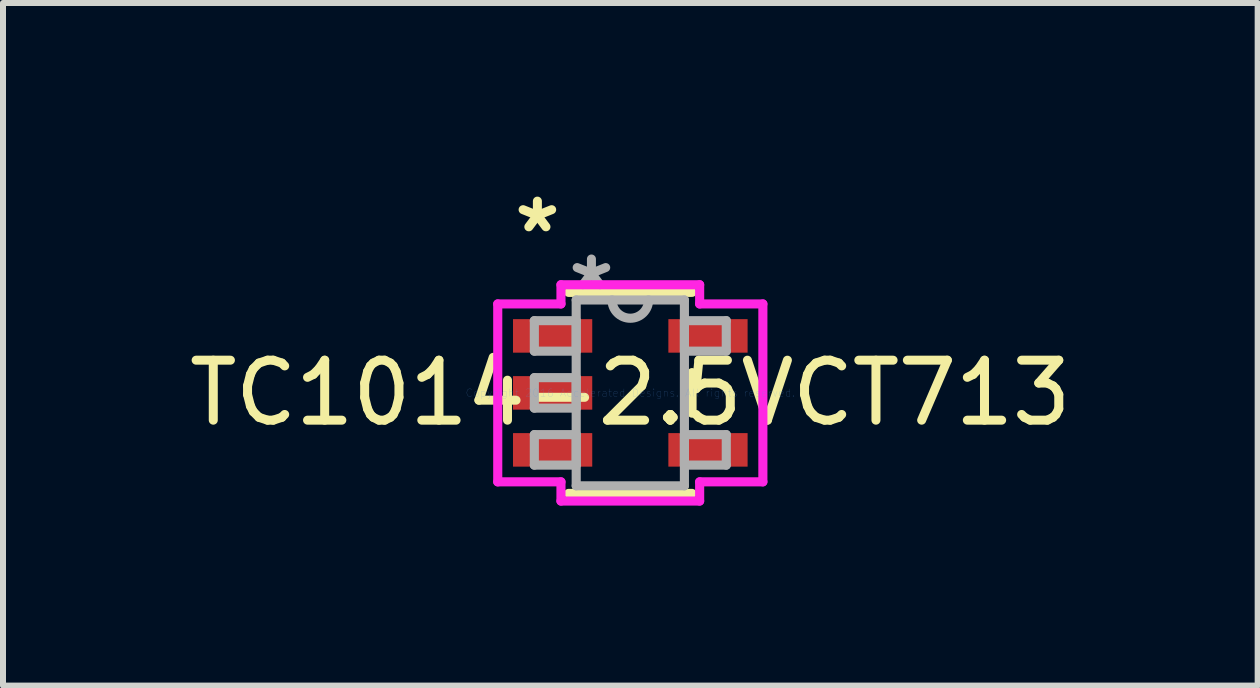
<source format=kicad_pcb>
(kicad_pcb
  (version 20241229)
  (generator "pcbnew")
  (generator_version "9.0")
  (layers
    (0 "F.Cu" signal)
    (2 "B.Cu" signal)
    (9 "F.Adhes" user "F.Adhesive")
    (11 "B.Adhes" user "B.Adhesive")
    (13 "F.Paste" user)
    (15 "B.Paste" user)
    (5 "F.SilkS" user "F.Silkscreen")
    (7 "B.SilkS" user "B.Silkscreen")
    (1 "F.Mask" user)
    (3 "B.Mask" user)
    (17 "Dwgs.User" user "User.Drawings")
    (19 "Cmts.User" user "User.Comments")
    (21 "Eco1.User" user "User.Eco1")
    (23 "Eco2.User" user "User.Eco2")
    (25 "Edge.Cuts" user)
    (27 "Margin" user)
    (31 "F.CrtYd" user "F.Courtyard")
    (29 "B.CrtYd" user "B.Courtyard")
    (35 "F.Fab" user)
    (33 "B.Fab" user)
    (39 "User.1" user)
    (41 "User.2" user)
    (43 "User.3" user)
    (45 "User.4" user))
  (footprint "TC1014-2.5VCT713"
    (layer "F.Cu")
    (at 7.458 3.5)
    (property "Reference" "TC1014-2.5VCT713" (at 0 0 0) (layer "F.SilkS") (effects (font (size 1 1) (thickness 0.15))))
    (attr through_hole)
    (fp_line (start -1.029 1.676) (end 1.029 1.676) (stroke (width 0.152) (type solid)) (layer "F.SilkS"))
    (fp_line (start 1.029 -1.676) (end -1.029 -1.676) (stroke (width 0.152) (type solid)) (layer "F.SilkS"))
    (fp_line (start 1.029 0.338) (end 1.029 -0.338) (stroke (width 0.152) (type solid)) (layer "F.SilkS"))
    (fp_line (start -2.21 -1.483) (end -1.156 -1.483) (stroke (width 0.152) (type solid)) (layer "F.CrtYd"))
    (fp_line (start -2.21 1.483) (end -2.21 -1.483) (stroke (width 0.152) (type solid)) (layer "F.CrtYd"))
    (fp_line (start -1.156 -1.803) (end 1.156 -1.803) (stroke (width 0.152) (type solid)) (layer "F.CrtYd"))
    (fp_line (start -1.156 -1.483) (end -1.156 -1.803) (stroke (width 0.152) (type solid)) (layer "F.CrtYd"))
    (fp_line (start -1.156 1.483) (end -2.21 1.483) (stroke (width 0.152) (type solid)) (layer "F.CrtYd"))
    (fp_line (start -1.156 1.803) (end -1.156 1.483) (stroke (width 0.152) (type solid)) (layer "F.CrtYd"))
    (fp_line (start 1.156 -1.803) (end 1.156 -1.483) (stroke (width 0.152) (type solid)) (layer "F.CrtYd"))
    (fp_line (start 1.156 -1.483) (end 2.21 -1.483) (stroke (width 0.152) (type solid)) (layer "F.CrtYd"))
    (fp_line (start 1.156 1.483) (end 1.156 1.803) (stroke (width 0.152) (type solid)) (layer "F.CrtYd"))
    (fp_line (start 1.156 1.803) (end -1.156 1.803) (stroke (width 0.152) (type solid)) (layer "F.CrtYd"))
    (fp_line (start 2.21 -1.483) (end 2.21 1.483) (stroke (width 0.152) (type solid)) (layer "F.CrtYd"))
    (fp_line (start 2.21 1.483) (end 1.156 1.483) (stroke (width 0.152) (type solid)) (layer "F.CrtYd"))
    (fp_line (start -1.6 -1.204) (end -1.6 -0.696) (stroke (width 0.152) (type solid)) (layer "F.Fab"))
    (fp_line (start -1.6 -0.696) (end -0.902 -0.696) (stroke (width 0.152) (type solid)) (layer "F.Fab"))
    (fp_line (start -1.6 -0.254) (end -1.6 0.254) (stroke (width 0.152) (type solid)) (layer "F.Fab"))
    (fp_line (start -1.6 0.254) (end -0.902 0.254) (stroke (width 0.152) (type solid)) (layer "F.Fab"))
    (fp_line (start -1.6 0.696) (end -1.6 1.204) (stroke (width 0.152) (type solid)) (layer "F.Fab"))
    (fp_line (start -1.6 1.204) (end -0.902 1.204) (stroke (width 0.152) (type solid)) (layer "F.Fab"))
    (fp_line (start -0.902 -1.549) (end -0.902 1.549) (stroke (width 0.152) (type solid)) (layer "F.Fab"))
    (fp_line (start -0.902 -1.204) (end -1.6 -1.204) (stroke (width 0.152) (type solid)) (layer "F.Fab"))
    (fp_line (start -0.902 -0.696) (end -0.902 -1.204) (stroke (width 0.152) (type solid)) (layer "F.Fab"))
    (fp_line (start -0.902 -0.254) (end -1.6 -0.254) (stroke (width 0.152) (type solid)) (layer "F.Fab"))
    (fp_line (start -0.902 0.254) (end -0.902 -0.254) (stroke (width 0.152) (type solid)) (layer "F.Fab"))
    (fp_line (start -0.902 0.696) (end -1.6 0.696) (stroke (width 0.152) (type solid)) (layer "F.Fab"))
    (fp_line (start -0.902 1.204) (end -0.902 0.696) (stroke (width 0.152) (type solid)) (layer "F.Fab"))
    (fp_line (start -0.902 1.549) (end 0.902 1.549) (stroke (width 0.152) (type solid)) (layer "F.Fab"))
    (fp_line (start 0.902 -1.549) (end -0.902 -1.549) (stroke (width 0.152) (type solid)) (layer "F.Fab"))
    (fp_line (start 0.902 -1.204) (end 0.902 -0.696) (stroke (width 0.152) (type solid)) (layer "F.Fab"))
    (fp_line (start 0.902 -0.696) (end 1.6 -0.696) (stroke (width 0.152) (type solid)) (layer "F.Fab"))
    (fp_line (start 0.902 0.696) (end 0.902 1.204) (stroke (width 0.152) (type solid)) (layer "F.Fab"))
    (fp_line (start 0.902 1.204) (end 1.6 1.204) (stroke (width 0.152) (type solid)) (layer "F.Fab"))
    (fp_line (start 0.902 1.549) (end 0.902 -1.549) (stroke (width 0.152) (type solid)) (layer "F.Fab"))
    (fp_line (start 1.6 -1.204) (end 0.902 -1.204) (stroke (width 0.152) (type solid)) (layer "F.Fab"))
    (fp_line (start 1.6 -0.696) (end 1.6 -1.204) (stroke (width 0.152) (type solid)) (layer "F.Fab"))
    (fp_line (start 1.6 0.696) (end 0.902 0.696) (stroke (width 0.152) (type solid)) (layer "F.Fab"))
    (fp_line (start 1.6 1.204) (end 1.6 0.696) (stroke (width 0.152) (type solid)) (layer "F.Fab"))
    (fp_arc (start 0.3048 -1.5494) (mid 0 -1.2446) (end -0.3048 -1.5494) (stroke (width 0.1524) (type solid)) (layer "F.Fab"))
    (fp_text user "*" (at -1.549 -2.652 0) (layer "F.SilkS") (effects (font (size 1 1) (thickness 0.15))))
    (fp_text user "Copyright 2016 Accelerated Designs. All rights reserved." (at 0 0 0) (layer "Cmts.User") (effects (font (size 0.127 0.127) (thickness 0.002))))
    (fp_text user "*" (at -0.648 -1.687 0) (layer "F.Fab") (effects (font (size 1 1) (thickness 0.15))))
    (pad "1" smd rect (at -1.295 -0.95) (size 1.321 0.559) (layers "F.Cu" "F.Mask" "F.Paste"))
    (pad "2" smd rect (at -1.295 0) (size 1.321 0.559) (layers "F.Cu" "F.Mask" "F.Paste"))
    (pad "3" smd rect (at -1.295 0.95) (size 1.321 0.559) (layers "F.Cu" "F.Mask" "F.Paste"))
    (pad "4" smd rect (at 1.295 0.95) (size 1.321 0.559) (layers "F.Cu" "F.Mask" "F.Paste"))
    (pad "5" smd rect (at 1.295 -0.95) (size 1.321 0.559) (layers "F.Cu" "F.Mask" "F.Paste")))
  (gr_rect
    (start -3 -3)
    (end 17.917 8.38)
    (stroke (width 0.1) (type default))
    (fill no)
    (layer "Edge.Cuts")))
</source>
